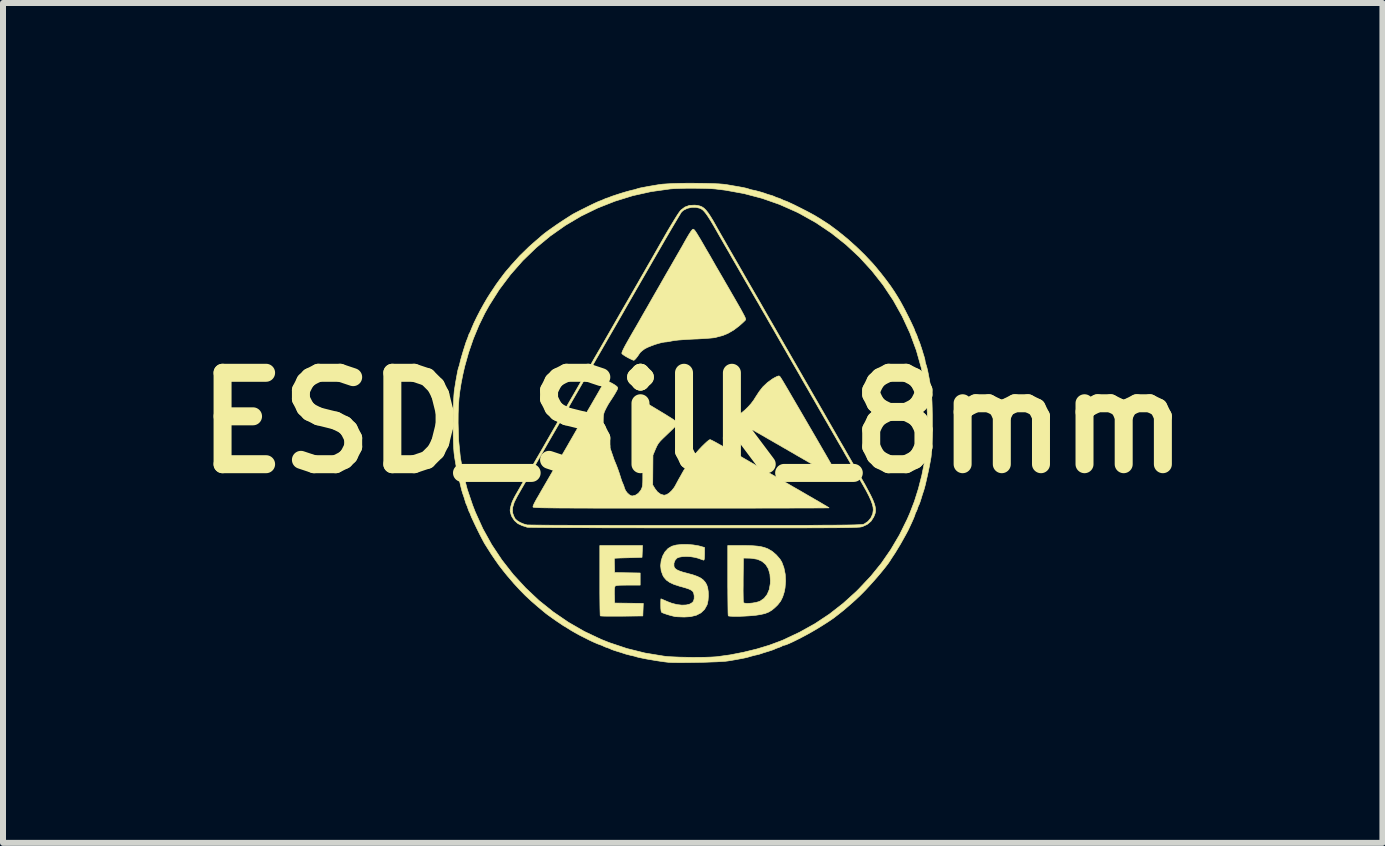
<source format=kicad_pcb>
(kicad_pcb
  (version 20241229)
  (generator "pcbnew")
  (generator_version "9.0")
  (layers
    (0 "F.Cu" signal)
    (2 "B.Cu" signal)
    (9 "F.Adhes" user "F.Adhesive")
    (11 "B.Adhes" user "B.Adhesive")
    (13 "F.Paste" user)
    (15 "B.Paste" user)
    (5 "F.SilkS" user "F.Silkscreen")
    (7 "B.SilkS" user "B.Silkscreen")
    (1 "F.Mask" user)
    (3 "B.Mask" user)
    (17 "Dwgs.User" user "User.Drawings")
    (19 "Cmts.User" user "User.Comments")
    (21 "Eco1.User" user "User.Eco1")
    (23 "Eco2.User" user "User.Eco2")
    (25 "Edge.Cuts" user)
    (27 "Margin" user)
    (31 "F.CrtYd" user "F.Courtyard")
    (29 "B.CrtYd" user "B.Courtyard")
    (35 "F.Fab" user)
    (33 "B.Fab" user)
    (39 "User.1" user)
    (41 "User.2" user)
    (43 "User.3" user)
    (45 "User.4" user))
  (footprint "ESD_Silk_8mm"
    (layer "F.Cu")
    (at 8.498 3.999)
    (property "Reference" "ESD_Silk_8mm" (at 0 0 0) (layer "F.SilkS") (effects (font (size 1.524 1.524) (thickness 0.3))))
    (attr through_hole)
    (fp_poly (pts (xy -0.845 2.242) (xy -1.073 2.249) (xy -1.146 2.251) (xy -1.21 2.253) (xy -1.261 2.255) (xy -1.294 2.257) (xy -1.305 2.258) (xy -1.307 2.271) (xy -1.307 2.304) (xy -1.306 2.35) (xy -1.305 2.378) (xy -1.302 2.496) (xy -0.876 2.503) (xy -0.876 2.705) (xy -1.078 2.705) (xy -1.159 2.706) (xy -1.217 2.707) (xy -1.257 2.71) (xy -1.281 2.715) (xy -1.294 2.722) (xy -1.294 2.723) (xy -1.302 2.746) (xy -1.306 2.794) (xy -1.306 2.865) (xy -1.305 2.872) (xy -1.302 3.004) (xy -0.824 3.01) (xy -0.832 3.219) (xy -1.182 3.223) (xy -1.274 3.223) (xy -1.357 3.223) (xy -1.429 3.223) (xy -1.486 3.222) (xy -1.524 3.22) (xy -1.54 3.218) (xy -1.541 3.218) (xy -1.543 3.203) (xy -1.544 3.167) (xy -1.546 3.109) (xy -1.547 3.034) (xy -1.548 2.944) (xy -1.549 2.842) (xy -1.549 2.729) (xy -1.549 2.627) (xy -1.549 2.045) (xy -0.837 2.045) (xy -0.845 2.242)) (stroke (width 0.01) (type solid)) (fill yes) (layer "F.SilkS"))
    (fp_poly (pts (xy 1.446 -0.779) (xy 1.453 -0.773) (xy 1.465 -0.756) (xy 1.487 -0.722) (xy 1.516 -0.674) (xy 1.549 -0.618) (xy 1.565 -0.591) (xy 1.709 -0.344) (xy 1.841 -0.118) (xy 1.959 0.085) (xy 2.065 0.267) (xy 2.158 0.428) (xy 2.238 0.566) (xy 2.305 0.683) (xy 2.359 0.778) (xy 2.401 0.851) (xy 2.429 0.903) (xy 2.445 0.933) (xy 2.448 0.941) (xy 2.437 0.937) (xy 2.407 0.923) (xy 2.361 0.899) (xy 2.302 0.867) (xy 2.235 0.829) (xy 2.197 0.807) (xy 2.131 0.769) (xy 2.051 0.723) (xy 1.957 0.669) (xy 1.854 0.61) (xy 1.743 0.546) (xy 1.628 0.479) (xy 1.51 0.411) (xy 1.392 0.343) (xy 1.277 0.277) (xy 1.167 0.213) (xy 1.065 0.155) (xy 0.974 0.102) (xy 0.895 0.057) (xy 0.832 0.02) (xy 0.787 -0.006) (xy 0.771 -0.015) (xy 0.728 -0.041) (xy 0.704 -0.059) (xy 0.695 -0.073) (xy 0.697 -0.086) (xy 0.699 -0.089) (xy 0.718 -0.109) (xy 0.751 -0.13) (xy 0.765 -0.138) (xy 0.811 -0.165) (xy 0.865 -0.209) (xy 0.921 -0.263) (xy 0.973 -0.321) (xy 1.016 -0.378) (xy 1.018 -0.381) (xy 1.05 -0.432) (xy 1.087 -0.489) (xy 1.11 -0.524) (xy 1.17 -0.6) (xy 1.247 -0.673) (xy 1.332 -0.734) (xy 1.367 -0.754) (xy 1.407 -0.774) (xy 1.431 -0.782) (xy 1.446 -0.779)) (stroke (width 0.01) (type solid)) (fill yes) (layer "F.SilkS"))
    (fp_poly (pts (xy 0.803 2.045) (xy 0.914 2.046) (xy 1.004 2.049) (xy 1.077 2.055) (xy 1.137 2.064) (xy 1.19 2.077) (xy 1.238 2.094) (xy 1.256 2.102) (xy 1.327 2.144) (xy 1.395 2.203) (xy 1.454 2.271) (xy 1.485 2.321) (xy 1.52 2.415) (xy 1.542 2.523) (xy 1.548 2.638) (xy 1.539 2.753) (xy 1.525 2.823) (xy 1.499 2.904) (xy 1.466 2.971) (xy 1.419 3.032) (xy 1.373 3.077) (xy 1.321 3.121) (xy 1.267 3.154) (xy 1.207 3.178) (xy 1.133 3.195) (xy 1.057 3.207) (xy 1 3.213) (xy 0.934 3.218) (xy 0.862 3.222) (xy 0.79 3.225) (xy 0.723 3.226) (xy 0.665 3.225) (xy 0.621 3.223) (xy 0.596 3.219) (xy 0.593 3.217) (xy 0.591 3.203) (xy 0.589 3.166) (xy 0.588 3.109) (xy 0.587 3.034) (xy 0.586 2.944) (xy 0.585 2.842) (xy 0.585 2.796) (xy 0.84 2.796) (xy 0.841 2.871) (xy 0.842 2.931) (xy 0.843 2.974) (xy 0.844 2.994) (xy 0.845 2.996) (xy 0.861 3.005) (xy 0.896 3.01) (xy 0.943 3.009) (xy 0.996 3.004) (xy 1.05 2.995) (xy 1.098 2.982) (xy 1.124 2.972) (xy 1.19 2.926) (xy 1.241 2.861) (xy 1.276 2.779) (xy 1.293 2.681) (xy 1.295 2.63) (xy 1.287 2.522) (xy 1.261 2.433) (xy 1.217 2.362) (xy 1.156 2.309) (xy 1.077 2.274) (xy 0.981 2.258) (xy 0.95 2.256) (xy 0.845 2.254) (xy 0.841 2.616) (xy 0.841 2.71) (xy 0.84 2.796) (xy 0.585 2.796) (xy 0.584 2.729) (xy 0.584 2.627) (xy 0.584 2.045) (xy 0.803 2.045)) (stroke (width 0.01) (type solid)) (fill yes) (layer "F.SilkS"))
    (fp_poly (pts (xy 0.007 2.035) (xy 0.102 2.051) (xy 0.142 2.062) (xy 0.197 2.078) (xy 0.197 2.185) (xy 0.195 2.239) (xy 0.192 2.275) (xy 0.185 2.289) (xy 0.184 2.289) (xy 0.166 2.284) (xy 0.132 2.272) (xy 0.095 2.258) (xy 0.034 2.242) (xy -0.035 2.231) (xy -0.106 2.227) (xy -0.172 2.23) (xy -0.227 2.24) (xy -0.263 2.255) (xy -0.295 2.292) (xy -0.313 2.339) (xy -0.313 2.387) (xy -0.308 2.406) (xy -0.292 2.429) (xy -0.266 2.449) (xy -0.225 2.468) (xy -0.167 2.488) (xy -0.091 2.508) (xy 0.004 2.534) (xy 0.077 2.56) (xy 0.132 2.587) (xy 0.175 2.619) (xy 0.208 2.657) (xy 0.232 2.697) (xy 0.249 2.747) (xy 0.259 2.813) (xy 0.261 2.887) (xy 0.256 2.959) (xy 0.243 3.022) (xy 0.238 3.036) (xy 0.197 3.11) (xy 0.136 3.168) (xy 0.058 3.208) (xy -0.039 3.231) (xy -0.143 3.237) (xy -0.199 3.235) (xy -0.248 3.233) (xy -0.283 3.231) (xy -0.292 3.23) (xy -0.33 3.221) (xy -0.377 3.209) (xy -0.427 3.194) (xy -0.472 3.179) (xy -0.505 3.166) (xy -0.518 3.159) (xy -0.527 3.138) (xy -0.532 3.092) (xy -0.533 3.04) (xy -0.533 2.992) (xy -0.532 2.955) (xy -0.53 2.935) (xy -0.529 2.934) (xy -0.516 2.939) (xy -0.486 2.952) (xy -0.444 2.97) (xy -0.43 2.977) (xy -0.345 3.009) (xy -0.261 3.03) (xy -0.18 3.039) (xy -0.108 3.036) (xy -0.048 3.021) (xy -0.005 2.995) (xy 0.012 2.973) (xy 0.024 2.934) (xy 0.025 2.886) (xy 0.017 2.841) (xy 0.002 2.811) (xy -0.015 2.796) (xy -0.036 2.783) (xy -0.067 2.769) (xy -0.111 2.754) (xy -0.173 2.736) (xy -0.221 2.723) (xy -0.313 2.693) (xy -0.384 2.66) (xy -0.438 2.622) (xy -0.479 2.575) (xy -0.498 2.542) (xy -0.526 2.465) (xy -0.535 2.382) (xy -0.526 2.299) (xy -0.501 2.22) (xy -0.462 2.15) (xy -0.41 2.094) (xy -0.346 2.056) (xy -0.345 2.056) (xy -0.276 2.037) (xy -0.189 2.028) (xy -0.093 2.027) (xy 0.007 2.035)) (stroke (width 0.01) (type solid)) (fill yes) (layer "F.SilkS"))
    (fp_poly (pts (xy 0.013 -3.228) (xy 0.021 -3.222) (xy 0.033 -3.21) (xy 0.048 -3.189) (xy 0.068 -3.159) (xy 0.094 -3.116) (xy 0.128 -3.06) (xy 0.17 -2.988) (xy 0.221 -2.899) (xy 0.284 -2.792) (xy 0.337 -2.699) (xy 0.386 -2.613) (xy 0.442 -2.517) (xy 0.498 -2.421) (xy 0.549 -2.332) (xy 0.576 -2.286) (xy 0.648 -2.161) (xy 0.708 -2.057) (xy 0.758 -1.97) (xy 0.798 -1.9) (xy 0.828 -1.845) (xy 0.851 -1.802) (xy 0.867 -1.771) (xy 0.877 -1.748) (xy 0.881 -1.732) (xy 0.882 -1.722) (xy 0.88 -1.715) (xy 0.865 -1.699) (xy 0.836 -1.671) (xy 0.797 -1.636) (xy 0.774 -1.616) (xy 0.683 -1.547) (xy 0.59 -1.493) (xy 0.502 -1.456) (xy 0.476 -1.449) (xy 0.428 -1.437) (xy 0.378 -1.423) (xy 0.375 -1.422) (xy 0.347 -1.418) (xy 0.299 -1.413) (xy 0.234 -1.408) (xy 0.157 -1.403) (xy 0.073 -1.398) (xy 0.032 -1.397) (xy -0.068 -1.392) (xy -0.16 -1.386) (xy -0.239 -1.38) (xy -0.301 -1.373) (xy -0.343 -1.366) (xy -0.343 -1.366) (xy -0.393 -1.356) (xy -0.439 -1.349) (xy -0.466 -1.347) (xy -0.505 -1.341) (xy -0.56 -1.327) (xy -0.624 -1.308) (xy -0.689 -1.284) (xy -0.749 -1.26) (xy -0.796 -1.236) (xy -0.804 -1.231) (xy -0.842 -1.203) (xy -0.874 -1.174) (xy -0.886 -1.158) (xy -0.919 -1.109) (xy -0.949 -1.071) (xy -0.973 -1.047) (xy -0.983 -1.042) (xy -1 -1.048) (xy -1.033 -1.063) (xy -1.075 -1.084) (xy -1.083 -1.088) (xy -1.126 -1.113) (xy -1.161 -1.136) (xy -1.18 -1.153) (xy -1.181 -1.155) (xy -1.181 -1.169) (xy -1.172 -1.194) (xy -1.154 -1.233) (xy -1.125 -1.289) (xy -1.084 -1.362) (xy -1.046 -1.429) (xy -0.998 -1.513) (xy -0.948 -1.598) (xy -0.901 -1.68) (xy -0.859 -1.754) (xy -0.826 -1.812) (xy -0.82 -1.822) (xy -0.799 -1.859) (xy -0.767 -1.914) (xy -0.726 -1.986) (xy -0.677 -2.072) (xy -0.622 -2.168) (xy -0.562 -2.272) (xy -0.5 -2.381) (xy -0.436 -2.493) (xy -0.372 -2.603) (xy -0.31 -2.711) (xy -0.252 -2.812) (xy -0.199 -2.904) (xy -0.178 -2.94) (xy -0.163 -2.967) (xy -0.139 -3.01) (xy -0.11 -3.061) (xy -0.09 -3.096) (xy -0.06 -3.146) (xy -0.033 -3.188) (xy -0.011 -3.216) (xy -0.000347 -3.226) (xy 0.006 -3.228) (xy 0.013 -3.228)) (stroke (width 0.01) (type solid)) (fill yes) (layer "F.SilkS"))
    (fp_poly (pts (xy -1.437 -0.705) (xy -1.405 -0.69) (xy -1.366 -0.67) (xy -1.326 -0.648) (xy -1.298 -0.631) (xy -1.265 -0.607) (xy -1.251 -0.587) (xy -1.251 -0.571) (xy -1.263 -0.544) (xy -1.287 -0.501) (xy -1.319 -0.448) (xy -1.355 -0.392) (xy -1.379 -0.356) (xy -1.407 -0.312) (xy -1.437 -0.258) (xy -1.455 -0.222) (xy -1.471 -0.189) (xy -1.481 -0.159) (xy -1.488 -0.128) (xy -1.491 -0.089) (xy -1.492 -0.034) (xy -1.492 0.013) (xy -1.492 0.081) (xy -1.49 0.129) (xy -1.486 0.162) (xy -1.479 0.187) (xy -1.469 0.208) (xy -1.464 0.216) (xy -1.446 0.248) (xy -1.436 0.275) (xy -1.435 0.279) (xy -1.429 0.303) (xy -1.415 0.335) (xy -1.415 0.337) (xy -1.394 0.381) (xy -1.368 0.447) (xy -1.339 0.531) (xy -1.325 0.572) (xy -1.31 0.616) (xy -1.293 0.657) (xy -1.289 0.667) (xy -1.271 0.71) (xy -1.249 0.769) (xy -1.226 0.834) (xy -1.206 0.897) (xy -1.2 0.916) (xy -1.186 0.96) (xy -1.17 1.001) (xy -1.165 1.011) (xy -1.148 1.052) (xy -1.138 1.087) (xy -1.12 1.129) (xy -1.09 1.169) (xy -1.054 1.201) (xy -1.018 1.218) (xy -1.008 1.219) (xy -0.956 1.207) (xy -0.907 1.175) (xy -0.867 1.126) (xy -0.861 1.115) (xy -0.849 1.09) (xy -0.841 1.065) (xy -0.836 1.035) (xy -0.833 0.993) (xy -0.832 0.934) (xy -0.832 0.888) (xy -0.832 0.815) (xy -0.834 0.762) (xy -0.838 0.722) (xy -0.845 0.69) (xy -0.856 0.661) (xy -0.86 0.65) (xy -0.886 0.591) (xy -0.905 0.545) (xy -0.919 0.506) (xy -0.928 0.469) (xy -0.934 0.43) (xy -0.937 0.383) (xy -0.938 0.322) (xy -0.937 0.244) (xy -0.937 0.203) (xy -0.936 -0.057) (xy -0.889 -0.114) (xy -0.858 -0.153) (xy -0.832 -0.191) (xy -0.822 -0.21) (xy -0.798 -0.246) (xy -0.77 -0.278) (xy -0.737 -0.309) (xy -0.581 -0.215) (xy -0.483 -0.156) (xy -0.399 -0.104) (xy -0.332 -0.062) (xy -0.284 -0.029) (xy -0.255 -0.007) (xy -0.248 0.000138) (xy -0.248 0.007) (xy -0.256 0.02) (xy -0.273 0.041) (xy -0.302 0.071) (xy -0.343 0.112) (xy -0.399 0.166) (xy -0.472 0.236) (xy -0.491 0.254) (xy -0.538 0.301) (xy -0.572 0.342) (xy -0.598 0.387) (xy -0.621 0.438) (xy -0.663 0.539) (xy -0.665 0.787) (xy -0.667 1.035) (xy -0.631 1.095) (xy -0.587 1.152) (xy -0.535 1.19) (xy -0.481 1.206) (xy -0.471 1.206) (xy -0.434 1.196) (xy -0.39 1.168) (xy -0.347 1.127) (xy -0.309 1.078) (xy -0.292 1.05) (xy -0.269 1.007) (xy -0.242 0.957) (xy -0.229 0.933) (xy -0.204 0.89) (xy -0.182 0.85) (xy -0.172 0.832) (xy -0.155 0.802) (xy -0.132 0.764) (xy -0.1 0.715) (xy -0.057 0.651) (xy -0.021 0.598) (xy 0.013 0.553) (xy 0.056 0.502) (xy 0.103 0.448) (xy 0.151 0.397) (xy 0.198 0.351) (xy 0.239 0.313) (xy 0.27 0.288) (xy 0.289 0.279) (xy 0.297 0.282) (xy 0.315 0.29) (xy 0.341 0.303) (xy 0.379 0.323) (xy 0.429 0.351) (xy 0.492 0.386) (xy 0.568 0.429) (xy 0.66 0.481) (xy 0.769 0.543) (xy 0.894 0.616) (xy 1.038 0.699) (xy 1.202 0.794) (xy 1.387 0.9) (xy 1.41 0.914) (xy 1.488 0.959) (xy 1.582 1.013) (xy 1.685 1.073) (xy 1.792 1.134) (xy 1.895 1.194) (xy 1.959 1.231) (xy 2.04 1.278) (xy 2.113 1.32) (xy 2.175 1.357) (xy 2.225 1.386) (xy 2.258 1.407) (xy 2.273 1.417) (xy 2.273 1.417) (xy 2.261 1.418) (xy 2.224 1.418) (xy 2.164 1.419) (xy 2.083 1.419) (xy 1.981 1.42) (xy 1.86 1.42) (xy 1.721 1.42) (xy 1.565 1.421) (xy 1.393 1.421) (xy 1.207 1.421) (xy 1.007 1.422) (xy 0.796 1.422) (xy 0.574 1.422) (xy 0.342 1.422) (xy 0.102 1.422) (xy -0.145 1.422) (xy -0.191 1.422) (xy -0.488 1.422) (xy -0.76 1.422) (xy -1.009 1.422) (xy -1.236 1.422) (xy -1.441 1.422) (xy -1.626 1.422) (xy -1.792 1.421) (xy -1.939 1.421) (xy -2.07 1.42) (xy -2.184 1.42) (xy -2.283 1.419) (xy -2.368 1.418) (xy -2.439 1.417) (xy -2.499 1.416) (xy -2.547 1.415) (xy -2.586 1.413) (xy -2.615 1.412) (xy -2.636 1.41) (xy -2.651 1.408) (xy -2.659 1.406) (xy -2.662 1.404) (xy -2.662 1.403) (xy -2.663 1.397) (xy -2.661 1.387) (xy -2.655 1.371) (xy -2.644 1.347) (xy -2.627 1.314) (xy -2.603 1.27) (xy -2.57 1.214) (xy -2.529 1.142) (xy -2.478 1.054) (xy -2.416 0.947) (xy -2.349 0.832) (xy -2.296 0.74) (xy -2.236 0.638) (xy -2.176 0.533) (xy -2.119 0.435) (xy -2.07 0.35) (xy -2.07 0.349) (xy -2.027 0.275) (xy -1.975 0.185) (xy -1.917 0.084) (xy -1.856 -0.021) (xy -1.795 -0.125) (xy -1.746 -0.21) (xy -1.695 -0.297) (xy -1.646 -0.382) (xy -1.6 -0.461) (xy -1.561 -0.529) (xy -1.53 -0.584) (xy -1.509 -0.621) (xy -1.506 -0.625) (xy -1.483 -0.666) (xy -1.465 -0.696) (xy -1.455 -0.711) (xy -1.454 -0.711) (xy -1.437 -0.705)) (stroke (width 0.01) (type solid)) (fill yes) (layer "F.SilkS"))
    (fp_poly (pts (xy 0.036 -3.629) (xy 0.081 -3.624) (xy 0.119 -3.615) (xy 0.154 -3.601) (xy 0.187 -3.579) (xy 0.22 -3.547) (xy 0.255 -3.503) (xy 0.294 -3.445) (xy 0.34 -3.37) (xy 0.393 -3.276) (xy 0.439 -3.194) (xy 0.445 -3.185) (xy 0.454 -3.168) (xy 0.469 -3.142) (xy 0.489 -3.107) (xy 0.516 -3.061) (xy 0.549 -3.003) (xy 0.589 -2.933) (xy 0.637 -2.85) (xy 0.693 -2.753) (xy 0.758 -2.641) (xy 0.832 -2.512) (xy 0.915 -2.367) (xy 1.009 -2.205) (xy 1.114 -2.024) (xy 1.229 -1.823) (xy 1.357 -1.602) (xy 1.486 -1.378) (xy 1.577 -1.22) (xy 1.668 -1.062) (xy 1.758 -0.906) (xy 1.845 -0.755) (xy 1.929 -0.61) (xy 2.007 -0.474) (xy 2.079 -0.35) (xy 2.143 -0.239) (xy 2.198 -0.144) (xy 2.242 -0.066) (xy 2.273 -0.013) (xy 2.323 0.074) (xy 2.383 0.178) (xy 2.449 0.294) (xy 2.521 0.417) (xy 2.593 0.543) (xy 2.664 0.666) (xy 2.73 0.78) (xy 2.807 0.916) (xy 2.873 1.031) (xy 2.926 1.13) (xy 2.969 1.212) (xy 3.002 1.282) (xy 3.025 1.34) (xy 3.04 1.39) (xy 3.047 1.432) (xy 3.048 1.47) (xy 3.042 1.506) (xy 3.03 1.54) (xy 3.017 1.57) (xy 2.972 1.64) (xy 2.909 1.693) (xy 2.829 1.73) (xy 2.821 1.732) (xy 2.81 1.734) (xy 2.796 1.737) (xy 2.778 1.739) (xy 2.755 1.74) (xy 2.726 1.742) (xy 2.69 1.743) (xy 2.646 1.745) (xy 2.592 1.746) (xy 2.528 1.747) (xy 2.453 1.748) (xy 2.366 1.749) (xy 2.265 1.749) (xy 2.15 1.75) (xy 2.02 1.75) (xy 1.873 1.751) (xy 1.71 1.751) (xy 1.528 1.751) (xy 1.326 1.751) (xy 1.104 1.751) (xy 0.861 1.751) (xy 0.595 1.751) (xy 0.306 1.751) (xy 0.013 1.751) (xy -0.25 1.751) (xy -0.506 1.751) (xy -0.755 1.751) (xy -0.994 1.75) (xy -1.223 1.75) (xy -1.441 1.75) (xy -1.647 1.749) (xy -1.839 1.748) (xy -2.016 1.748) (xy -2.178 1.747) (xy -2.322 1.746) (xy -2.448 1.745) (xy -2.554 1.744) (xy -2.64 1.743) (xy -2.704 1.742) (xy -2.745 1.741) (xy -2.762 1.74) (xy -2.762 1.74) (xy -2.79 1.73) (xy -2.829 1.718) (xy -2.842 1.714) (xy -2.914 1.68) (xy -2.973 1.628) (xy -3.016 1.562) (xy -3.029 1.528) (xy -3.04 1.485) (xy -3.041 1.48) (xy -3.005 1.48) (xy -2.998 1.514) (xy -2.982 1.557) (xy -2.963 1.594) (xy -2.959 1.601) (xy -2.925 1.632) (xy -2.875 1.662) (xy -2.815 1.687) (xy -2.759 1.702) (xy -2.74 1.702) (xy -2.698 1.703) (xy -2.632 1.704) (xy -2.545 1.705) (xy -2.437 1.706) (xy -2.309 1.707) (xy -2.164 1.707) (xy -2.001 1.708) (xy -1.822 1.708) (xy -1.629 1.709) (xy -1.422 1.709) (xy -1.203 1.71) (xy -0.972 1.71) (xy -0.732 1.71) (xy -0.483 1.71) (xy -0.226 1.71) (xy 0.037 1.71) (xy 0.057 1.71) (xy 0.37 1.71) (xy 0.658 1.709) (xy 0.924 1.709) (xy 1.166 1.709) (xy 1.388 1.709) (xy 1.588 1.708) (xy 1.77 1.708) (xy 1.933 1.708) (xy 2.079 1.707) (xy 2.208 1.706) (xy 2.322 1.706) (xy 2.422 1.705) (xy 2.508 1.704) (xy 2.582 1.703) (xy 2.644 1.702) (xy 2.696 1.701) (xy 2.739 1.699) (xy 2.773 1.698) (xy 2.8 1.696) (xy 2.821 1.695) (xy 2.836 1.693) (xy 2.847 1.69) (xy 2.855 1.688) (xy 2.857 1.687) (xy 2.921 1.644) (xy 2.97 1.585) (xy 3.001 1.516) (xy 3.01 1.451) (xy 3.006 1.405) (xy 2.993 1.353) (xy 2.971 1.293) (xy 2.938 1.22) (xy 2.893 1.133) (xy 2.834 1.029) (xy 2.823 1.01) (xy 2.772 0.921) (xy 2.713 0.818) (xy 2.65 0.71) (xy 2.59 0.605) (xy 2.535 0.511) (xy 2.534 0.508) (xy 2.485 0.422) (xy 2.433 0.333) (xy 2.383 0.246) (xy 2.337 0.167) (xy 2.3 0.102) (xy 2.292 0.089) (xy 2.249 0.014) (xy 2.199 -0.072) (xy 2.149 -0.159) (xy 2.105 -0.235) (xy 2.075 -0.288) (xy 2.035 -0.358) (xy 1.986 -0.442) (xy 1.933 -0.535) (xy 1.876 -0.633) (xy 1.819 -0.732) (xy 1.795 -0.775) (xy 1.735 -0.879) (xy 1.665 -1) (xy 1.59 -1.13) (xy 1.513 -1.264) (xy 1.437 -1.396) (xy 1.366 -1.52) (xy 1.331 -1.581) (xy 1.271 -1.684) (xy 1.212 -1.788) (xy 1.154 -1.887) (xy 1.102 -1.979) (xy 1.055 -2.059) (xy 1.017 -2.125) (xy 0.99 -2.172) (xy 0.961 -2.222) (xy 0.938 -2.262) (xy 0.918 -2.297) (xy 0.899 -2.329) (xy 0.879 -2.363) (xy 0.857 -2.402) (xy 0.83 -2.449) (xy 0.796 -2.508) (xy 0.753 -2.583) (xy 0.712 -2.654) (xy 0.662 -2.74) (xy 0.605 -2.841) (xy 0.542 -2.949) (xy 0.48 -3.057) (xy 0.422 -3.158) (xy 0.403 -3.192) (xy 0.345 -3.293) (xy 0.297 -3.373) (xy 0.257 -3.436) (xy 0.224 -3.484) (xy 0.195 -3.52) (xy 0.17 -3.546) (xy 0.145 -3.564) (xy 0.119 -3.577) (xy 0.118 -3.577) (xy 0.053 -3.593) (xy -0.019 -3.592) (xy -0.089 -3.576) (xy -0.151 -3.546) (xy -0.186 -3.516) (xy -0.196 -3.501) (xy -0.218 -3.465) (xy -0.251 -3.41) (xy -0.293 -3.339) (xy -0.344 -3.253) (xy -0.402 -3.154) (xy -0.467 -3.043) (xy -0.536 -2.923) (xy -0.61 -2.795) (xy -0.688 -2.661) (xy -0.695 -2.648) (xy -0.778 -2.504) (xy -0.861 -2.36) (xy -0.943 -2.218) (xy -1.022 -2.08) (xy -1.098 -1.949) (xy -1.167 -1.827) (xy -1.23 -1.718) (xy -1.284 -1.624) (xy -1.328 -1.548) (xy -1.353 -1.505) (xy -1.407 -1.412) (xy -1.469 -1.304) (xy -1.537 -1.186) (xy -1.607 -1.065) (xy -1.674 -0.947) (xy -1.737 -0.839) (xy -1.741 -0.832) (xy -1.827 -0.681) (xy -1.922 -0.516) (xy -2.023 -0.341) (xy -2.126 -0.161) (xy -2.229 0.017) (xy -2.329 0.19) (xy -2.422 0.351) (xy -2.505 0.496) (xy -2.508 0.502) (xy -2.568 0.606) (xy -2.637 0.725) (xy -2.712 0.854) (xy -2.788 0.986) (xy -2.862 1.114) (xy -2.927 1.228) (xy -2.975 1.323) (xy -3.001 1.407) (xy -3.005 1.48) (xy -3.041 1.48) (xy -3.044 1.454) (xy -3.039 1.42) (xy -3.029 1.379) (xy -3.023 1.359) (xy -3.018 1.342) (xy -3.012 1.324) (xy -3.004 1.304) (xy -2.992 1.28) (xy -2.977 1.249) (xy -2.956 1.21) (xy -2.928 1.161) (xy -2.893 1.1) (xy -2.85 1.024) (xy -2.797 0.932) (xy -2.732 0.821) (xy -2.68 0.73) (xy -2.61 0.609) (xy -2.531 0.473) (xy -2.448 0.329) (xy -2.365 0.184) (xy -2.284 0.044) (xy -2.21 -0.084) (xy -2.174 -0.146) (xy -2.108 -0.262) (xy -2.036 -0.387) (xy -1.96 -0.518) (xy -1.886 -0.647) (xy -1.816 -0.769) (xy -1.753 -0.878) (xy -1.721 -0.933) (xy -1.638 -1.079) (xy -1.542 -1.244) (xy -1.436 -1.428) (xy -1.32 -1.63) (xy -1.195 -1.848) (xy -1.061 -2.08) (xy -0.92 -2.324) (xy -0.851 -2.445) (xy -0.803 -2.528) (xy -0.746 -2.628) (xy -0.682 -2.738) (xy -0.616 -2.854) (xy -0.55 -2.97) (xy -0.487 -3.079) (xy -0.469 -3.111) (xy -0.408 -3.217) (xy -0.351 -3.312) (xy -0.301 -3.394) (xy -0.259 -3.461) (xy -0.226 -3.51) (xy -0.203 -3.54) (xy -0.199 -3.545) (xy -0.131 -3.597) (xy -0.055 -3.625) (xy 0.03 -3.629) (xy 0.036 -3.629)) (stroke (width 0.01) (type solid)) (fill yes) (layer "F.SilkS"))
    (fp_poly (pts (xy 0.125 -3.993) (xy 0.239 -3.991) (xy 0.344 -3.988) (xy 0.436 -3.984) (xy 0.511 -3.978) (xy 0.559 -3.972) (xy 0.675 -3.952) (xy 0.768 -3.936) (xy 0.839 -3.923) (xy 0.89 -3.912) (xy 0.922 -3.903) (xy 0.933 -3.899) (xy 0.964 -3.889) (xy 1.002 -3.88) (xy 1.003 -3.88) (xy 1.047 -3.871) (xy 1.1 -3.857) (xy 1.153 -3.842) (xy 1.197 -3.828) (xy 1.213 -3.822) (xy 1.241 -3.812) (xy 1.28 -3.8) (xy 1.295 -3.796) (xy 1.332 -3.785) (xy 1.359 -3.774) (xy 1.365 -3.771) (xy 1.385 -3.762) (xy 1.418 -3.75) (xy 1.429 -3.747) (xy 1.464 -3.734) (xy 1.488 -3.723) (xy 1.492 -3.721) (xy 1.512 -3.711) (xy 1.545 -3.699) (xy 1.555 -3.696) (xy 1.584 -3.684) (xy 1.631 -3.662) (xy 1.691 -3.634) (xy 1.759 -3.6) (xy 1.83 -3.564) (xy 1.901 -3.528) (xy 1.965 -3.494) (xy 2.018 -3.465) (xy 2.049 -3.447) (xy 2.087 -3.424) (xy 2.119 -3.405) (xy 2.131 -3.397) (xy 2.274 -3.305) (xy 2.423 -3.194) (xy 2.576 -3.07) (xy 2.726 -2.936) (xy 2.869 -2.797) (xy 3.001 -2.657) (xy 3.055 -2.594) (xy 3.141 -2.489) (xy 3.224 -2.382) (xy 3.3 -2.279) (xy 3.364 -2.184) (xy 3.397 -2.131) (xy 3.411 -2.109) (xy 3.432 -2.074) (xy 3.447 -2.049) (xy 3.471 -2.007) (xy 3.502 -1.95) (xy 3.537 -1.884) (xy 3.573 -1.813) (xy 3.609 -1.742) (xy 3.641 -1.676) (xy 3.668 -1.618) (xy 3.688 -1.575) (xy 3.696 -1.555) (xy 3.708 -1.52) (xy 3.719 -1.496) (xy 3.721 -1.492) (xy 3.731 -1.473) (xy 3.743 -1.44) (xy 3.747 -1.429) (xy 3.759 -1.394) (xy 3.769 -1.369) (xy 3.771 -1.365) (xy 3.779 -1.348) (xy 3.791 -1.313) (xy 3.806 -1.267) (xy 3.81 -1.257) (xy 3.827 -1.203) (xy 3.843 -1.149) (xy 3.856 -1.109) (xy 3.856 -1.108) (xy 3.867 -1.07) (xy 3.873 -1.041) (xy 3.873 -1.035) (xy 3.877 -1.012) (xy 3.887 -0.977) (xy 3.892 -0.962) (xy 3.903 -0.925) (xy 3.916 -0.872) (xy 3.93 -0.802) (xy 3.947 -0.712) (xy 3.967 -0.6) (xy 3.972 -0.572) (xy 3.979 -0.517) (xy 3.984 -0.44) (xy 3.989 -0.347) (xy 3.992 -0.241) (xy 3.994 -0.126) (xy 3.994 -0.007) (xy 3.994 0.113) (xy 3.992 0.229) (xy 3.989 0.338) (xy 3.985 0.434) (xy 3.979 0.514) (xy 3.973 0.573) (xy 3.972 0.578) (xy 3.96 0.644) (xy 3.946 0.721) (xy 3.929 0.804) (xy 3.911 0.886) (xy 3.893 0.965) (xy 3.877 1.035) (xy 3.862 1.091) (xy 3.851 1.129) (xy 3.848 1.137) (xy 3.84 1.161) (xy 3.827 1.201) (xy 3.812 1.25) (xy 3.81 1.257) (xy 3.795 1.304) (xy 3.782 1.342) (xy 3.773 1.364) (xy 3.772 1.365) (xy 3.762 1.385) (xy 3.75 1.418) (xy 3.747 1.429) (xy 3.734 1.464) (xy 3.722 1.488) (xy 3.72 1.492) (xy 3.709 1.515) (xy 3.708 1.52) (xy 3.703 1.539) (xy 3.69 1.573) (xy 3.672 1.616) (xy 3.671 1.618) (xy 3.649 1.667) (xy 3.628 1.712) (xy 3.614 1.742) (xy 3.589 1.795) (xy 3.553 1.862) (xy 3.51 1.939) (xy 3.465 2.019) (xy 3.419 2.095) (xy 3.378 2.163) (xy 3.347 2.21) (xy 3.323 2.246) (xy 3.303 2.277) (xy 3.296 2.289) (xy 3.265 2.336) (xy 3.219 2.397) (xy 3.161 2.469) (xy 3.096 2.547) (xy 3.025 2.629) (xy 2.952 2.71) (xy 2.881 2.787) (xy 2.813 2.856) (xy 2.792 2.877) (xy 2.705 2.959) (xy 2.612 3.041) (xy 2.518 3.122) (xy 2.426 3.195) (xy 2.343 3.259) (xy 2.271 3.308) (xy 2.266 3.311) (xy 2.245 3.325) (xy 2.209 3.348) (xy 2.163 3.377) (xy 2.136 3.394) (xy 2.066 3.437) (xy 1.987 3.483) (xy 1.905 3.529) (xy 1.822 3.573) (xy 1.742 3.614) (xy 1.669 3.65) (xy 1.606 3.679) (xy 1.557 3.699) (xy 1.525 3.708) (xy 1.52 3.708) (xy 1.496 3.716) (xy 1.492 3.72) (xy 1.473 3.73) (xy 1.44 3.743) (xy 1.429 3.747) (xy 1.394 3.759) (xy 1.369 3.77) (xy 1.365 3.772) (xy 1.348 3.78) (xy 1.313 3.792) (xy 1.267 3.807) (xy 1.257 3.81) (xy 1.208 3.825) (xy 1.166 3.838) (xy 1.139 3.848) (xy 1.137 3.848) (xy 1.11 3.857) (xy 1.07 3.867) (xy 1.041 3.873) (xy 0.998 3.884) (xy 0.961 3.894) (xy 0.946 3.899) (xy 0.918 3.907) (xy 0.869 3.919) (xy 0.802 3.932) (xy 0.721 3.947) (xy 0.628 3.963) (xy 0.584 3.97) (xy 0.543 3.975) (xy 0.48 3.979) (xy 0.4 3.984) (xy 0.307 3.987) (xy 0.206 3.991) (xy 0.1 3.993) (xy -0.007 3.995) (xy -0.11 3.996) (xy -0.206 3.997) (xy -0.289 3.996) (xy -0.357 3.995) (xy -0.404 3.992) (xy -0.406 3.992) (xy -0.466 3.985) (xy -0.537 3.975) (xy -0.616 3.963) (xy -0.697 3.949) (xy -0.774 3.936) (xy -0.843 3.922) (xy -0.898 3.911) (xy -0.935 3.901) (xy -0.94 3.9) (xy -0.97 3.89) (xy -1.014 3.88) (xy -1.041 3.874) (xy -1.085 3.863) (xy -1.122 3.853) (xy -1.137 3.848) (xy -1.161 3.84) (xy -1.201 3.827) (xy -1.25 3.812) (xy -1.257 3.81) (xy -1.304 3.795) (xy -1.342 3.782) (xy -1.364 3.773) (xy -1.365 3.772) (xy -1.385 3.762) (xy -1.418 3.75) (xy -1.429 3.747) (xy -1.464 3.734) (xy -1.488 3.723) (xy -1.492 3.721) (xy -1.514 3.71) (xy -1.537 3.702) (xy -1.584 3.685) (xy -1.647 3.658) (xy -1.722 3.623) (xy -1.803 3.582) (xy -1.886 3.54) (xy -1.964 3.497) (xy -2.033 3.457) (xy -2.08 3.427) (xy -2.112 3.407) (xy -2.134 3.393) (xy -2.14 3.391) (xy -2.152 3.384) (xy -2.18 3.365) (xy -2.22 3.338) (xy -2.268 3.306) (xy -2.318 3.271) (xy -2.366 3.237) (xy -2.408 3.207) (xy -2.439 3.184) (xy -2.448 3.177) (xy -2.577 3.07) (xy -2.69 2.972) (xy -2.792 2.877) (xy -2.887 2.78) (xy -2.981 2.678) (xy -3.014 2.639) (xy -3.095 2.545) (xy -3.165 2.458) (xy -3.23 2.374) (xy -3.292 2.286) (xy -3.357 2.19) (xy -3.427 2.08) (xy -3.473 2.007) (xy -3.489 1.977) (xy -3.513 1.932) (xy -3.543 1.874) (xy -3.575 1.81) (xy -3.608 1.743) (xy -3.639 1.678) (xy -3.666 1.62) (xy -3.688 1.573) (xy -3.7 1.543) (xy -3.702 1.537) (xy -3.713 1.508) (xy -3.721 1.492) (xy -3.731 1.473) (xy -3.743 1.44) (xy -3.747 1.429) (xy -3.759 1.394) (xy -3.769 1.369) (xy -3.771 1.365) (xy -3.78 1.346) (xy -3.791 1.312) (xy -3.796 1.295) (xy -3.808 1.255) (xy -3.819 1.221) (xy -3.822 1.213) (xy -3.834 1.179) (xy -3.849 1.13) (xy -3.863 1.075) (xy -3.875 1.025) (xy -3.88 1.003) (xy -3.889 0.965) (xy -3.899 0.934) (xy -3.899 0.933) (xy -3.907 0.911) (xy -3.916 0.871) (xy -3.928 0.811) (xy -3.943 0.729) (xy -3.961 0.625) (xy -3.972 0.559) (xy -3.979 0.501) (xy -3.985 0.422) (xy -3.989 0.327) (xy -3.992 0.219) (xy -3.994 0.103) (xy -3.994 0.003) (xy -3.911 0.003) (xy -3.911 0.003) (xy -3.902 0.294) (xy -3.874 0.572) (xy -3.827 0.841) (xy -3.759 1.106) (xy -3.669 1.373) (xy -3.625 1.486) (xy -3.499 1.764) (xy -3.351 2.031) (xy -3.182 2.285) (xy -2.994 2.526) (xy -2.787 2.751) (xy -2.564 2.961) (xy -2.325 3.152) (xy -2.072 3.325) (xy -1.806 3.478) (xy -1.529 3.609) (xy -1.391 3.664) (xy -1.098 3.762) (xy -0.797 3.837) (xy -0.487 3.888) (xy -0.457 3.892) (xy -0.394 3.898) (xy -0.311 3.902) (xy -0.214 3.906) (xy -0.108 3.908) (xy 0.001 3.91) (xy 0.11 3.909) (xy 0.211 3.908) (xy 0.3 3.905) (xy 0.372 3.901) (xy 0.4 3.899) (xy 0.624 3.868) (xy 0.849 3.824) (xy 1.069 3.77) (xy 1.277 3.707) (xy 1.468 3.636) (xy 1.505 3.621) (xy 1.781 3.491) (xy 2.038 3.348) (xy 2.279 3.188) (xy 2.507 3.01) (xy 2.726 2.812) (xy 2.769 2.769) (xy 2.968 2.558) (xy 3.145 2.34) (xy 3.303 2.111) (xy 3.446 1.869) (xy 3.575 1.608) (xy 3.62 1.505) (xy 3.695 1.31) (xy 3.762 1.098) (xy 3.819 0.876) (xy 3.864 0.65) (xy 3.872 0.603) (xy 3.894 0.426) (xy 3.908 0.232) (xy 3.914 0.029) (xy 3.91 -0.175) (xy 3.899 -0.373) (xy 3.879 -0.557) (xy 3.872 -0.603) (xy 3.812 -0.91) (xy 3.728 -1.208) (xy 3.621 -1.497) (xy 3.492 -1.776) (xy 3.343 -2.043) (xy 3.173 -2.298) (xy 2.984 -2.538) (xy 2.777 -2.764) (xy 2.552 -2.973) (xy 2.311 -3.164) (xy 2.054 -3.337) (xy 1.783 -3.489) (xy 1.727 -3.517) (xy 1.447 -3.641) (xy 1.156 -3.743) (xy 0.855 -3.822) (xy 0.547 -3.878) (xy 0.378 -3.899) (xy 0.308 -3.904) (xy 0.219 -3.908) (xy 0.117 -3.91) (xy 0.008 -3.911) (xy -0.102 -3.911) (xy -0.205 -3.908) (xy -0.297 -3.905) (xy -0.37 -3.9) (xy -0.378 -3.899) (xy -0.693 -3.855) (xy -0.999 -3.787) (xy -1.296 -3.695) (xy -1.583 -3.582) (xy -1.86 -3.447) (xy -2.124 -3.291) (xy -2.375 -3.114) (xy -2.611 -2.919) (xy -2.833 -2.704) (xy -3.038 -2.471) (xy -3.226 -2.221) (xy -3.395 -1.954) (xy -3.467 -1.825) (xy -3.566 -1.622) (xy -3.657 -1.402) (xy -3.736 -1.172) (xy -3.801 -0.941) (xy -3.834 -0.797) (xy -3.861 -0.658) (xy -3.881 -0.532) (xy -3.896 -0.41) (xy -3.905 -0.285) (xy -3.91 -0.15) (xy -3.911 0.003) (xy -3.994 0.003) (xy -3.994 -0.017) (xy -3.993 -0.137) (xy -3.991 -0.251) (xy -3.987 -0.356) (xy -3.982 -0.448) (xy -3.976 -0.522) (xy -3.971 -0.559) (xy -3.951 -0.684) (xy -3.933 -0.784) (xy -3.919 -0.86) (xy -3.907 -0.91) (xy -3.899 -0.933) (xy -3.889 -0.964) (xy -3.88 -1.002) (xy -3.88 -1.003) (xy -3.872 -1.037) (xy -3.858 -1.088) (xy -3.84 -1.15) (xy -3.82 -1.216) (xy -3.8 -1.279) (xy -3.783 -1.333) (xy -3.769 -1.371) (xy -3.766 -1.378) (xy -3.751 -1.416) (xy -3.74 -1.448) (xy -3.73 -1.477) (xy -3.722 -1.492) (xy -3.712 -1.51) (xy -3.698 -1.544) (xy -3.683 -1.581) (xy -3.646 -1.667) (xy -3.598 -1.766) (xy -3.543 -1.873) (xy -3.483 -1.981) (xy -3.424 -2.082) (xy -3.368 -2.17) (xy -3.359 -2.183) (xy -3.329 -2.228) (xy -3.304 -2.266) (xy -3.286 -2.292) (xy -3.283 -2.298) (xy -3.27 -2.316) (xy -3.247 -2.348) (xy -3.218 -2.388) (xy -3.186 -2.431) (xy -3.155 -2.472) (xy -3.13 -2.505) (xy -3.114 -2.524) (xy -3.112 -2.527) (xy -3.101 -2.539) (xy -3.078 -2.566) (xy -3.047 -2.602) (xy -3.03 -2.623) (xy -2.885 -2.783) (xy -2.732 -2.932) (xy -2.661 -2.995) (xy -2.612 -3.038) (xy -2.568 -3.075) (xy -2.535 -3.104) (xy -2.516 -3.121) (xy -2.515 -3.122) (xy -2.472 -3.157) (xy -2.412 -3.202) (xy -2.338 -3.254) (xy -2.255 -3.312) (xy -2.166 -3.371) (xy -2.076 -3.429) (xy -2.007 -3.473) (xy -1.98 -3.488) (xy -1.938 -3.51) (xy -1.884 -3.538) (xy -1.824 -3.568) (xy -1.76 -3.6) (xy -1.699 -3.63) (xy -1.643 -3.657) (xy -1.597 -3.678) (xy -1.566 -3.692) (xy -1.555 -3.696) (xy -1.537 -3.702) (xy -1.506 -3.715) (xy -1.492 -3.721) (xy -1.459 -3.736) (xy -1.435 -3.745) (xy -1.431 -3.746) (xy -1.413 -3.751) (xy -1.383 -3.763) (xy -1.38 -3.764) (xy -1.347 -3.777) (xy -1.296 -3.794) (xy -1.235 -3.814) (xy -1.168 -3.835) (xy -1.104 -3.854) (xy -1.049 -3.869) (xy -1.01 -3.879) (xy -1.003 -3.88) (xy -0.965 -3.889) (xy -0.934 -3.899) (xy -0.933 -3.899) (xy -0.912 -3.906) (xy -0.873 -3.916) (xy -0.815 -3.927) (xy -0.736 -3.942) (xy -0.635 -3.959) (xy -0.559 -3.972) (xy -0.503 -3.979) (xy -0.426 -3.984) (xy -0.333 -3.989) (xy -0.226 -3.992) (xy -0.112 -3.994) (xy 0.007 -3.994) (xy 0.125 -3.993)) (stroke (width 0.01) (type solid)) (fill yes) (layer "F.SilkS")))
  (gr_rect
    (start -3 -3)
    (end 19.996 11.001)
    (stroke (width 0.1) (type default))
    (fill no)
    (layer "Edge.Cuts")))
</source>
